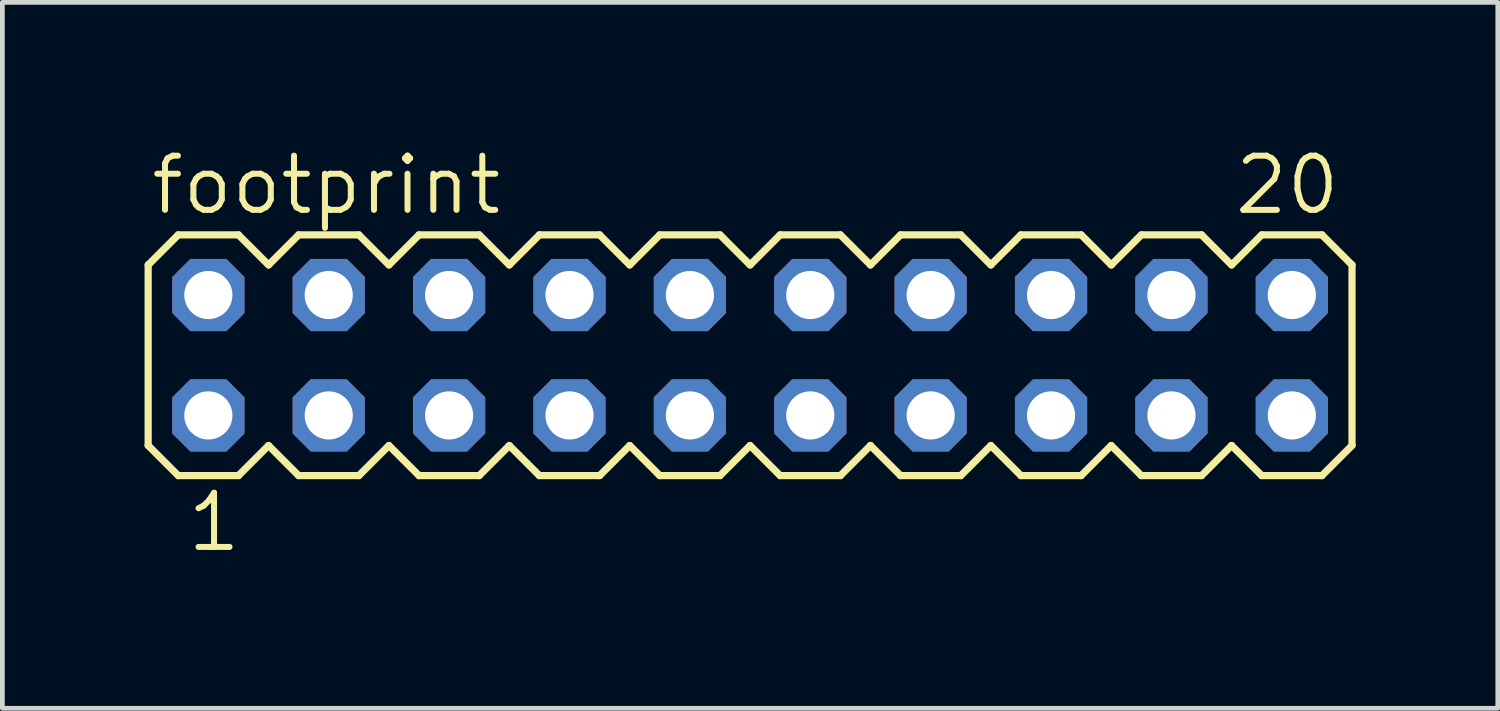
<source format=kicad_pcb>
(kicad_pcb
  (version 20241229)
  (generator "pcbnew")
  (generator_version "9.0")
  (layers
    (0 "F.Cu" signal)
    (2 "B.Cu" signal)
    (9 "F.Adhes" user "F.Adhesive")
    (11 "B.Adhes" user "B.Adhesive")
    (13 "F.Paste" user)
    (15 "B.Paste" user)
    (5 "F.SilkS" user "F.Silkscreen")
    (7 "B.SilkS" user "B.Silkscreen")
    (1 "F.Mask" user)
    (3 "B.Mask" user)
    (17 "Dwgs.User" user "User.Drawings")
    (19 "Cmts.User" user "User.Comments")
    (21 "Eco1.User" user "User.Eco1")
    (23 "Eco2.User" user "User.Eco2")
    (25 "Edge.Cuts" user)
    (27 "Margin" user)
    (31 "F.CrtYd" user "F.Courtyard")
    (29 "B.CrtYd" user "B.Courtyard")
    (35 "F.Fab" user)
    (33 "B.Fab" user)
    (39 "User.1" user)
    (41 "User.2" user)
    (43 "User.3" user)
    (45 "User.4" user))
  (footprint "footprint"
    (layer "F.Cu")
    (at 12.776 4.445)
    (property "Reference" "footprint" (at -12.7 -2.921 0) (layer "F.SilkS") (effects (font (size 1.143 1.143) (thickness 0.127)) (justify left bottom)))
    (fp_line (start -12.7 -1.905) (end -12.7 1.905) (stroke (width 0.152) (type solid)) (layer "F.SilkS"))
    (fp_line (start -12.7 1.905) (end -12.065 2.54) (stroke (width 0.152) (type solid)) (layer "F.SilkS"))
    (fp_line (start -12.065 -2.54) (end -12.7 -1.905) (stroke (width 0.152) (type solid)) (layer "F.SilkS"))
    (fp_line (start -12.065 -2.54) (end -10.795 -2.54) (stroke (width 0.152) (type solid)) (layer "F.SilkS"))
    (fp_line (start -10.795 -2.54) (end -10.16 -1.905) (stroke (width 0.152) (type solid)) (layer "F.SilkS"))
    (fp_line (start -10.795 2.54) (end -12.065 2.54) (stroke (width 0.152) (type solid)) (layer "F.SilkS"))
    (fp_line (start -10.16 -1.905) (end -9.525 -2.54) (stroke (width 0.152) (type solid)) (layer "F.SilkS"))
    (fp_line (start -10.16 1.905) (end -10.795 2.54) (stroke (width 0.152) (type solid)) (layer "F.SilkS"))
    (fp_line (start -9.525 -2.54) (end -8.255 -2.54) (stroke (width 0.152) (type solid)) (layer "F.SilkS"))
    (fp_line (start -9.525 2.54) (end -10.16 1.905) (stroke (width 0.152) (type solid)) (layer "F.SilkS"))
    (fp_line (start -8.255 -2.54) (end -7.62 -1.905) (stroke (width 0.152) (type solid)) (layer "F.SilkS"))
    (fp_line (start -8.255 2.54) (end -9.525 2.54) (stroke (width 0.152) (type solid)) (layer "F.SilkS"))
    (fp_line (start -7.62 -1.905) (end -6.985 -2.54) (stroke (width 0.152) (type solid)) (layer "F.SilkS"))
    (fp_line (start -7.62 1.905) (end -8.255 2.54) (stroke (width 0.152) (type solid)) (layer "F.SilkS"))
    (fp_line (start -6.985 -2.54) (end -5.715 -2.54) (stroke (width 0.152) (type solid)) (layer "F.SilkS"))
    (fp_line (start -6.985 2.54) (end -7.62 1.905) (stroke (width 0.152) (type solid)) (layer "F.SilkS"))
    (fp_line (start -5.715 -2.54) (end -5.08 -1.905) (stroke (width 0.152) (type solid)) (layer "F.SilkS"))
    (fp_line (start -5.715 2.54) (end -6.985 2.54) (stroke (width 0.152) (type solid)) (layer "F.SilkS"))
    (fp_line (start -5.08 1.905) (end -5.715 2.54) (stroke (width 0.152) (type solid)) (layer "F.SilkS"))
    (fp_line (start -5.08 1.905) (end -4.445 2.54) (stroke (width 0.152) (type solid)) (layer "F.SilkS"))
    (fp_line (start -4.445 -2.54) (end -5.08 -1.905) (stroke (width 0.152) (type solid)) (layer "F.SilkS"))
    (fp_line (start -4.445 -2.54) (end -3.175 -2.54) (stroke (width 0.152) (type solid)) (layer "F.SilkS"))
    (fp_line (start -3.175 -2.54) (end -2.54 -1.905) (stroke (width 0.152) (type solid)) (layer "F.SilkS"))
    (fp_line (start -3.175 2.54) (end -4.445 2.54) (stroke (width 0.152) (type solid)) (layer "F.SilkS"))
    (fp_line (start -2.54 -1.905) (end -1.905 -2.54) (stroke (width 0.152) (type solid)) (layer "F.SilkS"))
    (fp_line (start -2.54 1.905) (end -3.175 2.54) (stroke (width 0.152) (type solid)) (layer "F.SilkS"))
    (fp_line (start -1.905 -2.54) (end -0.635 -2.54) (stroke (width 0.152) (type solid)) (layer "F.SilkS"))
    (fp_line (start -1.905 2.54) (end -2.54 1.905) (stroke (width 0.152) (type solid)) (layer "F.SilkS"))
    (fp_line (start -0.635 -2.54) (end 0 -1.905) (stroke (width 0.152) (type solid)) (layer "F.SilkS"))
    (fp_line (start -0.635 2.54) (end -1.905 2.54) (stroke (width 0.152) (type solid)) (layer "F.SilkS"))
    (fp_line (start 0 -1.905) (end 0.635 -2.54) (stroke (width 0.152) (type solid)) (layer "F.SilkS"))
    (fp_line (start 0 1.905) (end -0.635 2.54) (stroke (width 0.152) (type solid)) (layer "F.SilkS"))
    (fp_line (start 0.635 -2.54) (end 1.905 -2.54) (stroke (width 0.152) (type solid)) (layer "F.SilkS"))
    (fp_line (start 0.635 2.54) (end 0 1.905) (stroke (width 0.152) (type solid)) (layer "F.SilkS"))
    (fp_line (start 1.905 -2.54) (end 2.54 -1.905) (stroke (width 0.152) (type solid)) (layer "F.SilkS"))
    (fp_line (start 1.905 2.54) (end 0.635 2.54) (stroke (width 0.152) (type solid)) (layer "F.SilkS"))
    (fp_line (start 2.54 1.905) (end 1.905 2.54) (stroke (width 0.152) (type solid)) (layer "F.SilkS"))
    (fp_line (start 2.54 1.905) (end 3.175 2.54) (stroke (width 0.152) (type solid)) (layer "F.SilkS"))
    (fp_line (start 3.175 -2.54) (end 2.54 -1.905) (stroke (width 0.152) (type solid)) (layer "F.SilkS"))
    (fp_line (start 3.175 -2.54) (end 4.445 -2.54) (stroke (width 0.152) (type solid)) (layer "F.SilkS"))
    (fp_line (start 4.445 -2.54) (end 5.08 -1.905) (stroke (width 0.152) (type solid)) (layer "F.SilkS"))
    (fp_line (start 4.445 2.54) (end 3.175 2.54) (stroke (width 0.152) (type solid)) (layer "F.SilkS"))
    (fp_line (start 5.08 -1.905) (end 5.715 -2.54) (stroke (width 0.152) (type solid)) (layer "F.SilkS"))
    (fp_line (start 5.08 1.905) (end 4.445 2.54) (stroke (width 0.152) (type solid)) (layer "F.SilkS"))
    (fp_line (start 5.715 -2.54) (end 6.985 -2.54) (stroke (width 0.152) (type solid)) (layer "F.SilkS"))
    (fp_line (start 5.715 2.54) (end 5.08 1.905) (stroke (width 0.152) (type solid)) (layer "F.SilkS"))
    (fp_line (start 5.715 2.54) (end 6.985 2.54) (stroke (width 0.152) (type solid)) (layer "F.SilkS"))
    (fp_line (start 7.62 -1.905) (end 6.985 -2.54) (stroke (width 0.152) (type solid)) (layer "F.SilkS"))
    (fp_line (start 7.62 -1.905) (end 8.255 -2.54) (stroke (width 0.152) (type solid)) (layer "F.SilkS"))
    (fp_line (start 7.62 1.905) (end 6.985 2.54) (stroke (width 0.152) (type solid)) (layer "F.SilkS"))
    (fp_line (start 7.62 1.905) (end 8.255 2.54) (stroke (width 0.152) (type solid)) (layer "F.SilkS"))
    (fp_line (start 8.255 -2.54) (end 9.525 -2.54) (stroke (width 0.152) (type solid)) (layer "F.SilkS"))
    (fp_line (start 8.255 2.54) (end 9.525 2.54) (stroke (width 0.152) (type solid)) (layer "F.SilkS"))
    (fp_line (start 10.16 -1.905) (end 9.525 -2.54) (stroke (width 0.152) (type solid)) (layer "F.SilkS"))
    (fp_line (start 10.16 -1.905) (end 10.795 -2.54) (stroke (width 0.152) (type solid)) (layer "F.SilkS"))
    (fp_line (start 10.16 1.905) (end 9.525 2.54) (stroke (width 0.152) (type solid)) (layer "F.SilkS"))
    (fp_line (start 10.16 1.905) (end 10.795 2.54) (stroke (width 0.152) (type solid)) (layer "F.SilkS"))
    (fp_line (start 10.795 -2.54) (end 12.065 -2.54) (stroke (width 0.152) (type solid)) (layer "F.SilkS"))
    (fp_line (start 10.795 2.54) (end 12.065 2.54) (stroke (width 0.152) (type solid)) (layer "F.SilkS"))
    (fp_line (start 12.065 -2.54) (end 12.7 -1.905) (stroke (width 0.152) (type solid)) (layer "F.SilkS"))
    (fp_line (start 12.7 -1.905) (end 12.7 1.905) (stroke (width 0.152) (type solid)) (layer "F.SilkS"))
    (fp_line (start 12.7 1.905) (end 12.065 2.54) (stroke (width 0.152) (type solid)) (layer "F.SilkS"))
    (fp_poly (pts (xy -11.684 -1.016) (xy -11.176 -1.016) (xy -11.176 -1.524) (xy -11.684 -1.524)) (stroke (width 0.1) (type solid)) (fill no) (layer "F.Fab"))
    (fp_poly (pts (xy -11.684 1.524) (xy -11.176 1.524) (xy -11.176 1.016) (xy -11.684 1.016)) (stroke (width 0.1) (type solid)) (fill no) (layer "F.Fab"))
    (fp_poly (pts (xy -9.144 -1.016) (xy -8.636 -1.016) (xy -8.636 -1.524) (xy -9.144 -1.524)) (stroke (width 0.1) (type solid)) (fill no) (layer "F.Fab"))
    (fp_poly (pts (xy -9.144 1.524) (xy -8.636 1.524) (xy -8.636 1.016) (xy -9.144 1.016)) (stroke (width 0.1) (type solid)) (fill no) (layer "F.Fab"))
    (fp_poly (pts (xy -6.604 -1.016) (xy -6.096 -1.016) (xy -6.096 -1.524) (xy -6.604 -1.524)) (stroke (width 0.1) (type solid)) (fill no) (layer "F.Fab"))
    (fp_poly (pts (xy -6.604 1.524) (xy -6.096 1.524) (xy -6.096 1.016) (xy -6.604 1.016)) (stroke (width 0.1) (type solid)) (fill no) (layer "F.Fab"))
    (fp_poly (pts (xy -4.064 -1.016) (xy -3.556 -1.016) (xy -3.556 -1.524) (xy -4.064 -1.524)) (stroke (width 0.1) (type solid)) (fill no) (layer "F.Fab"))
    (fp_poly (pts (xy -4.064 1.524) (xy -3.556 1.524) (xy -3.556 1.016) (xy -4.064 1.016)) (stroke (width 0.1) (type solid)) (fill no) (layer "F.Fab"))
    (fp_poly (pts (xy -1.524 -1.016) (xy -1.016 -1.016) (xy -1.016 -1.524) (xy -1.524 -1.524)) (stroke (width 0.1) (type solid)) (fill no) (layer "F.Fab"))
    (fp_poly (pts (xy -1.524 1.524) (xy -1.016 1.524) (xy -1.016 1.016) (xy -1.524 1.016)) (stroke (width 0.1) (type solid)) (fill no) (layer "F.Fab"))
    (fp_poly (pts (xy 1.016 -1.016) (xy 1.524 -1.016) (xy 1.524 -1.524) (xy 1.016 -1.524)) (stroke (width 0.1) (type solid)) (fill no) (layer "F.Fab"))
    (fp_poly (pts (xy 1.016 1.524) (xy 1.524 1.524) (xy 1.524 1.016) (xy 1.016 1.016)) (stroke (width 0.1) (type solid)) (fill no) (layer "F.Fab"))
    (fp_poly (pts (xy 3.556 -1.016) (xy 4.064 -1.016) (xy 4.064 -1.524) (xy 3.556 -1.524)) (stroke (width 0.1) (type solid)) (fill no) (layer "F.Fab"))
    (fp_poly (pts (xy 3.556 1.524) (xy 4.064 1.524) (xy 4.064 1.016) (xy 3.556 1.016)) (stroke (width 0.1) (type solid)) (fill no) (layer "F.Fab"))
    (fp_poly (pts (xy 6.096 -1.016) (xy 6.604 -1.016) (xy 6.604 -1.524) (xy 6.096 -1.524)) (stroke (width 0.1) (type solid)) (fill no) (layer "F.Fab"))
    (fp_poly (pts (xy 6.096 1.524) (xy 6.604 1.524) (xy 6.604 1.016) (xy 6.096 1.016)) (stroke (width 0.1) (type solid)) (fill no) (layer "F.Fab"))
    (fp_poly (pts (xy 8.636 -1.016) (xy 9.144 -1.016) (xy 9.144 -1.524) (xy 8.636 -1.524)) (stroke (width 0.1) (type solid)) (fill no) (layer "F.Fab"))
    (fp_poly (pts (xy 8.636 1.524) (xy 9.144 1.524) (xy 9.144 1.016) (xy 8.636 1.016)) (stroke (width 0.1) (type solid)) (fill no) (layer "F.Fab"))
    (fp_poly (pts (xy 11.176 -1.016) (xy 11.684 -1.016) (xy 11.684 -1.524) (xy 11.176 -1.524)) (stroke (width 0.1) (type solid)) (fill no) (layer "F.Fab"))
    (fp_poly (pts (xy 11.176 1.524) (xy 11.684 1.524) (xy 11.684 1.016) (xy 11.176 1.016)) (stroke (width 0.1) (type solid)) (fill no) (layer "F.Fab"))
    (fp_text user "1" (at -11.938 4.191 0) (layer "F.SilkS") (effects (font (size 1.143 1.143) (thickness 0.127)) (justify left bottom)))
    (fp_text user "20" (at 10.16 -2.921 0) (layer "F.SilkS") (effects (font (size 1.143 1.143) (thickness 0.127)) (justify left bottom)))
    (pad "1" thru_hole roundrect (at -11.43 1.27) (size 1.524 1.524) (drill 1.016) (layers "*.Cu" "*.Mask") (roundrect_rratio 0.25) (chamfer_ratio 0.25) (chamfer top_left top_right bottom_left bottom_right))
    (pad "2" thru_hole roundrect (at -11.43 -1.27) (size 1.524 1.524) (drill 1.016) (layers "*.Cu" "*.Mask") (roundrect_rratio 0.25) (chamfer_ratio 0.25) (chamfer top_left top_right bottom_left bottom_right))
    (pad "3" thru_hole roundrect (at -8.89 1.27) (size 1.524 1.524) (drill 1.016) (layers "*.Cu" "*.Mask") (roundrect_rratio 0.25) (chamfer_ratio 0.25) (chamfer top_left top_right bottom_left bottom_right))
    (pad "4" thru_hole roundrect (at -8.89 -1.27) (size 1.524 1.524) (drill 1.016) (layers "*.Cu" "*.Mask") (roundrect_rratio 0.25) (chamfer_ratio 0.25) (chamfer top_left top_right bottom_left bottom_right))
    (pad "5" thru_hole roundrect (at -6.35 1.27) (size 1.524 1.524) (drill 1.016) (layers "*.Cu" "*.Mask") (roundrect_rratio 0.25) (chamfer_ratio 0.25) (chamfer top_left top_right bottom_left bottom_right))
    (pad "6" thru_hole roundrect (at -6.35 -1.27) (size 1.524 1.524) (drill 1.016) (layers "*.Cu" "*.Mask") (roundrect_rratio 0.25) (chamfer_ratio 0.25) (chamfer top_left top_right bottom_left bottom_right))
    (pad "7" thru_hole roundrect (at -3.81 1.27) (size 1.524 1.524) (drill 1.016) (layers "*.Cu" "*.Mask") (roundrect_rratio 0.25) (chamfer_ratio 0.25) (chamfer top_left top_right bottom_left bottom_right))
    (pad "8" thru_hole roundrect (at -3.81 -1.27) (size 1.524 1.524) (drill 1.016) (layers "*.Cu" "*.Mask") (roundrect_rratio 0.25) (chamfer_ratio 0.25) (chamfer top_left top_right bottom_left bottom_right))
    (pad "9" thru_hole roundrect (at -1.27 1.27) (size 1.524 1.524) (drill 1.016) (layers "*.Cu" "*.Mask") (roundrect_rratio 0.25) (chamfer_ratio 0.25) (chamfer top_left top_right bottom_left bottom_right))
    (pad "10" thru_hole roundrect (at -1.27 -1.27) (size 1.524 1.524) (drill 1.016) (layers "*.Cu" "*.Mask") (roundrect_rratio 0.25) (chamfer_ratio 0.25) (chamfer top_left top_right bottom_left bottom_right))
    (pad "11" thru_hole roundrect (at 1.27 1.27) (size 1.524 1.524) (drill 1.016) (layers "*.Cu" "*.Mask") (roundrect_rratio 0.25) (chamfer_ratio 0.25) (chamfer top_left top_right bottom_left bottom_right))
    (pad "12" thru_hole roundrect (at 1.27 -1.27) (size 1.524 1.524) (drill 1.016) (layers "*.Cu" "*.Mask") (roundrect_rratio 0.25) (chamfer_ratio 0.25) (chamfer top_left top_right bottom_left bottom_right))
    (pad "13" thru_hole roundrect (at 3.81 1.27) (size 1.524 1.524) (drill 1.016) (layers "*.Cu" "*.Mask") (roundrect_rratio 0.25) (chamfer_ratio 0.25) (chamfer top_left top_right bottom_left bottom_right))
    (pad "14" thru_hole roundrect (at 3.81 -1.27) (size 1.524 1.524) (drill 1.016) (layers "*.Cu" "*.Mask") (roundrect_rratio 0.25) (chamfer_ratio 0.25) (chamfer top_left top_right bottom_left bottom_right))
    (pad "15" thru_hole roundrect (at 6.35 1.27) (size 1.524 1.524) (drill 1.016) (layers "*.Cu" "*.Mask") (roundrect_rratio 0.25) (chamfer_ratio 0.25) (chamfer top_left top_right bottom_left bottom_right))
    (pad "16" thru_hole roundrect (at 6.35 -1.27) (size 1.524 1.524) (drill 1.016) (layers "*.Cu" "*.Mask") (roundrect_rratio 0.25) (chamfer_ratio 0.25) (chamfer top_left top_right bottom_left bottom_right))
    (pad "17" thru_hole roundrect (at 8.89 1.27) (size 1.524 1.524) (drill 1.016) (layers "*.Cu" "*.Mask") (roundrect_rratio 0.25) (chamfer_ratio 0.25) (chamfer top_left top_right bottom_left bottom_right))
    (pad "18" thru_hole roundrect (at 8.89 -1.27) (size 1.524 1.524) (drill 1.016) (layers "*.Cu" "*.Mask") (roundrect_rratio 0.25) (chamfer_ratio 0.25) (chamfer top_left top_right bottom_left bottom_right))
    (pad "19" thru_hole roundrect (at 11.43 1.27) (size 1.524 1.524) (drill 1.016) (layers "*.Cu" "*.Mask") (roundrect_rratio 0.25) (chamfer_ratio 0.25) (chamfer top_left top_right bottom_left bottom_right))
    (pad "20" thru_hole roundrect (at 11.43 -1.27) (size 1.524 1.524) (drill 1.016) (layers "*.Cu" "*.Mask") (roundrect_rratio 0.25) (chamfer_ratio 0.25) (chamfer top_left top_right bottom_left bottom_right)))
  (gr_rect
    (start -3 -3)
    (end 28.552 11.895)
    (stroke (width 0.1) (type default))
    (fill no)
    (layer "Edge.Cuts")))
</source>
